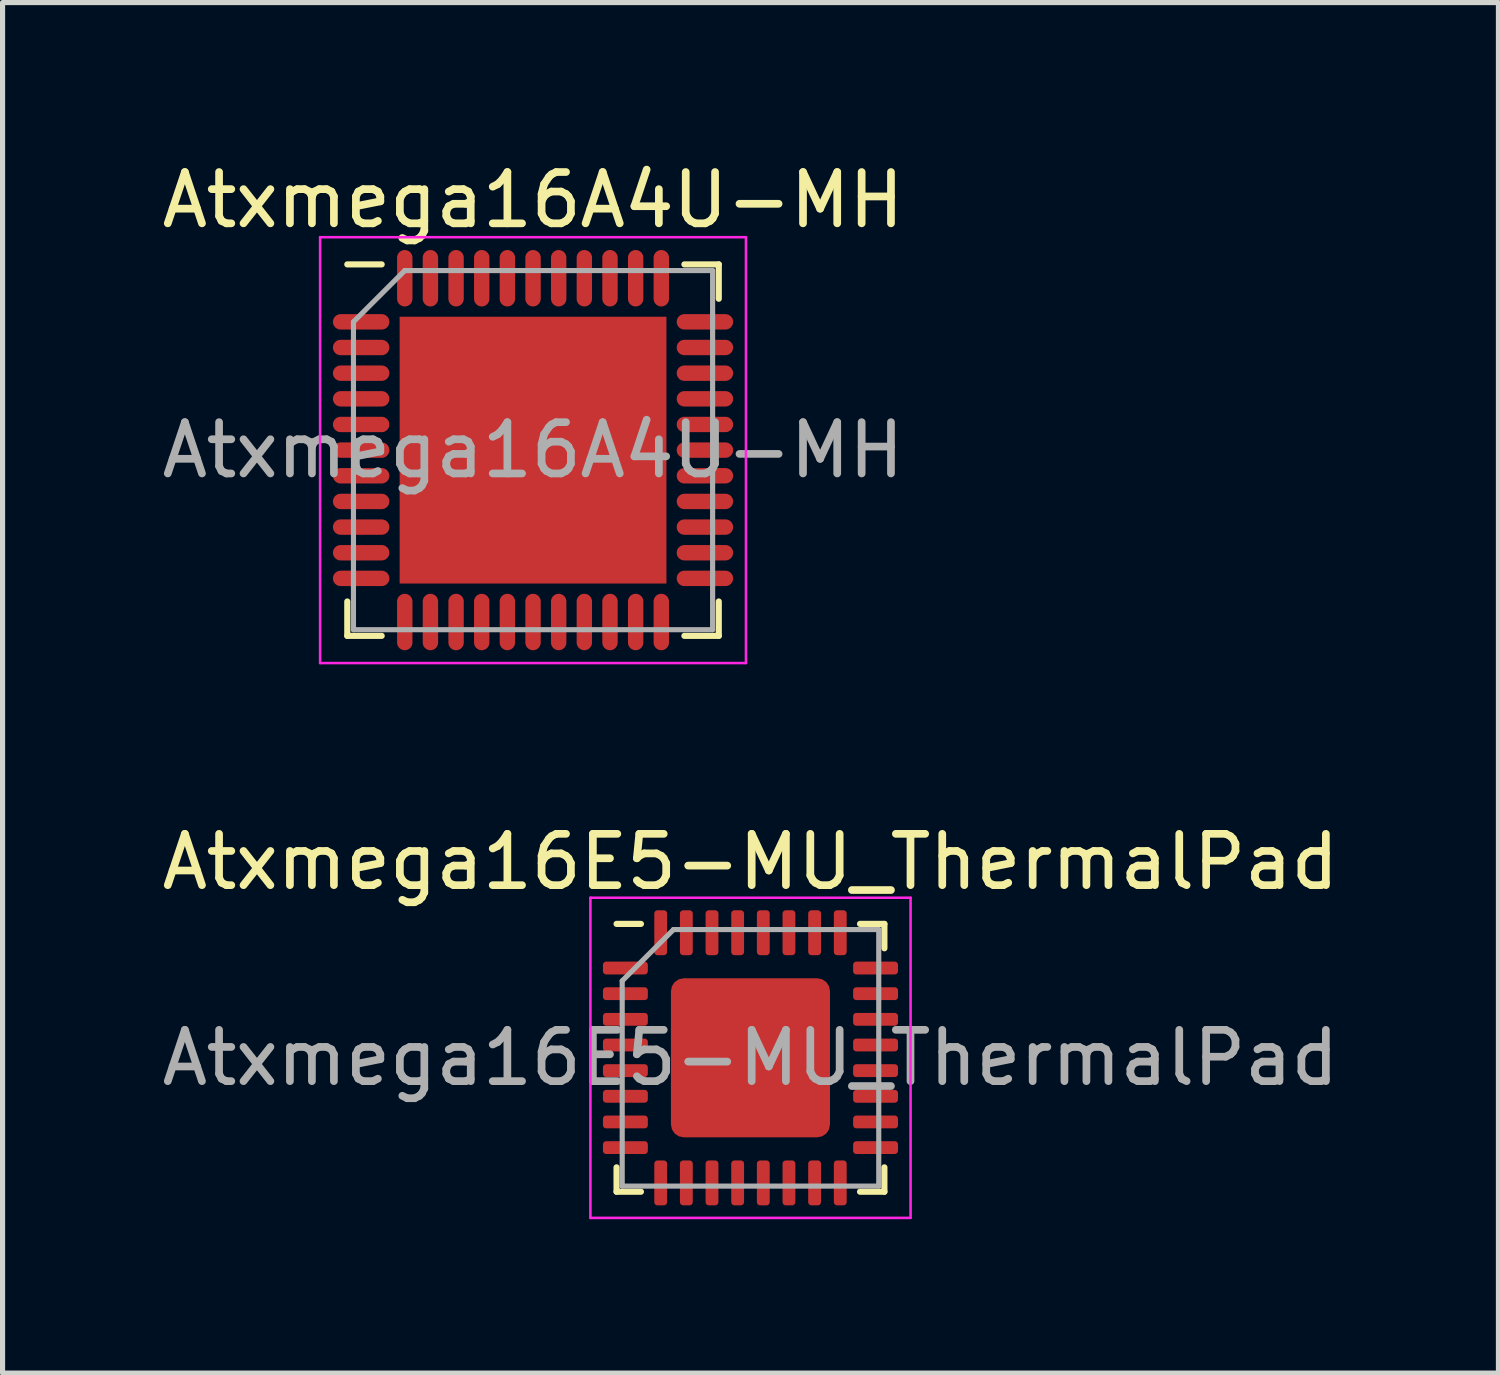
<source format=kicad_pcb>
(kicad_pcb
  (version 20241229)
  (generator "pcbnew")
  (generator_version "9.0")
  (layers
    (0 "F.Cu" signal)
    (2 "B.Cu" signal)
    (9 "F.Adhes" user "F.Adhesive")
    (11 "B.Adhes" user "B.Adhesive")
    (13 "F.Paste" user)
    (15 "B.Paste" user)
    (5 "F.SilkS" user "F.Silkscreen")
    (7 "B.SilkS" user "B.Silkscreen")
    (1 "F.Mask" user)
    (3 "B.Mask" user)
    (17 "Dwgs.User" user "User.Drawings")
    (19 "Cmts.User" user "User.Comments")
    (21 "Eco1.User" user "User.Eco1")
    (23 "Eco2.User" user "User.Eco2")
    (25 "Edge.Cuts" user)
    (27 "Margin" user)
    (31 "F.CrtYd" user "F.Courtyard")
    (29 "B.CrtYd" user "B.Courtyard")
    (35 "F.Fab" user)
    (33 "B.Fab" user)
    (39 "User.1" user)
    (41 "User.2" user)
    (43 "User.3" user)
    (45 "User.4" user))
  (footprint "Atxmega16E5-MU_ThermalPad"
    (layer "F.Cu")
    (at 11.577 17.567)
    (property "Reference" "Atxmega16E5-MU_ThermalPad" (at 0 -3.82 0) (layer "F.SilkS") (effects (font (size 1 1) (thickness 0.15))))
    (attr smd)
    (fp_line (start -2.61 2.61) (end -2.61 2.135) (stroke (width 0.12) (type solid)) (layer "F.SilkS"))
    (fp_line (start -2.135 -2.61) (end -2.61 -2.61) (stroke (width 0.12) (type solid)) (layer "F.SilkS"))
    (fp_line (start -2.135 2.61) (end -2.61 2.61) (stroke (width 0.12) (type solid)) (layer "F.SilkS"))
    (fp_line (start 2.135 -2.61) (end 2.61 -2.61) (stroke (width 0.12) (type solid)) (layer "F.SilkS"))
    (fp_line (start 2.135 2.61) (end 2.61 2.61) (stroke (width 0.12) (type solid)) (layer "F.SilkS"))
    (fp_line (start 2.61 -2.61) (end 2.61 -2.135) (stroke (width 0.12) (type solid)) (layer "F.SilkS"))
    (fp_line (start 2.61 2.61) (end 2.61 2.135) (stroke (width 0.12) (type solid)) (layer "F.SilkS"))
    (fp_line (start -3.12 -3.12) (end -3.12 3.12) (stroke (width 0.05) (type solid)) (layer "F.CrtYd"))
    (fp_line (start -3.12 3.12) (end 3.12 3.12) (stroke (width 0.05) (type solid)) (layer "F.CrtYd"))
    (fp_line (start 3.12 -3.12) (end -3.12 -3.12) (stroke (width 0.05) (type solid)) (layer "F.CrtYd"))
    (fp_line (start 3.12 3.12) (end 3.12 -3.12) (stroke (width 0.05) (type solid)) (layer "F.CrtYd"))
    (fp_line (start -2.5 -1.5) (end -1.5 -2.5) (stroke (width 0.1) (type solid)) (layer "F.Fab"))
    (fp_line (start -2.5 2.5) (end -2.5 -1.5) (stroke (width 0.1) (type solid)) (layer "F.Fab"))
    (fp_line (start -1.5 -2.5) (end 2.5 -2.5) (stroke (width 0.1) (type solid)) (layer "F.Fab"))
    (fp_line (start 2.5 -2.5) (end 2.5 2.5) (stroke (width 0.1) (type solid)) (layer "F.Fab"))
    (fp_line (start 2.5 2.5) (end -2.5 2.5) (stroke (width 0.1) (type solid)) (layer "F.Fab"))
    (fp_text user "${REFERENCE}" (at 0 0 0) (layer "F.Fab") (effects (font (size 1 1) (thickness 0.15))))
    (pad "" smd roundrect (at -1.03 -1.03) (size 0.83 0.83) (layers "F.Paste") (roundrect_rratio 0.25))
    (pad "" smd roundrect (at -1.03 0) (size 0.83 0.83) (layers "F.Paste") (roundrect_rratio 0.25))
    (pad "" smd roundrect (at -1.03 1.03) (size 0.83 0.83) (layers "F.Paste") (roundrect_rratio 0.25))
    (pad "" smd roundrect (at 0 -1.03) (size 0.83 0.83) (layers "F.Paste") (roundrect_rratio 0.25))
    (pad "" smd roundrect (at 0 0) (size 0.83 0.83) (layers "F.Paste") (roundrect_rratio 0.25))
    (pad "" smd roundrect (at 0 1.03) (size 0.83 0.83) (layers "F.Paste") (roundrect_rratio 0.25))
    (pad "" smd roundrect (at 1.03 -1.03) (size 0.83 0.83) (layers "F.Paste") (roundrect_rratio 0.25))
    (pad "" smd roundrect (at 1.03 0) (size 0.83 0.83) (layers "F.Paste") (roundrect_rratio 0.25))
    (pad "" smd roundrect (at 1.03 1.03) (size 0.83 0.83) (layers "F.Paste") (roundrect_rratio 0.25))
    (pad "1" smd roundrect (at -2.438 -1.75) (size 0.875 0.25) (layers "F.Cu" "F.Mask" "F.Paste") (roundrect_rratio 0.25))
    (pad "2" smd roundrect (at -2.438 -1.25) (size 0.875 0.25) (layers "F.Cu" "F.Mask" "F.Paste") (roundrect_rratio 0.25))
    (pad "3" smd roundrect (at -2.438 -0.75) (size 0.875 0.25) (layers "F.Cu" "F.Mask" "F.Paste") (roundrect_rratio 0.25))
    (pad "4" smd roundrect (at -2.438 -0.25) (size 0.875 0.25) (layers "F.Cu" "F.Mask" "F.Paste") (roundrect_rratio 0.25))
    (pad "5" smd roundrect (at -2.438 0.25) (size 0.875 0.25) (layers "F.Cu" "F.Mask" "F.Paste") (roundrect_rratio 0.25))
    (pad "6" smd roundrect (at -2.438 0.75) (size 0.875 0.25) (layers "F.Cu" "F.Mask" "F.Paste") (roundrect_rratio 0.25))
    (pad "7" smd roundrect (at -2.438 1.25) (size 0.875 0.25) (layers "F.Cu" "F.Mask" "F.Paste") (roundrect_rratio 0.25))
    (pad "8" smd roundrect (at -2.438 1.75) (size 0.875 0.25) (layers "F.Cu" "F.Mask" "F.Paste") (roundrect_rratio 0.25))
    (pad "9" smd roundrect (at -1.75 2.438) (size 0.25 0.875) (layers "F.Cu" "F.Mask" "F.Paste") (roundrect_rratio 0.25))
    (pad "10" smd roundrect (at -1.25 2.438) (size 0.25 0.875) (layers "F.Cu" "F.Mask" "F.Paste") (roundrect_rratio 0.25))
    (pad "11" smd roundrect (at -0.75 2.438) (size 0.25 0.875) (layers "F.Cu" "F.Mask" "F.Paste") (roundrect_rratio 0.25))
    (pad "12" smd roundrect (at -0.25 2.438) (size 0.25 0.875) (layers "F.Cu" "F.Mask" "F.Paste") (roundrect_rratio 0.25))
    (pad "13" smd roundrect (at 0.25 2.438) (size 0.25 0.875) (layers "F.Cu" "F.Mask" "F.Paste") (roundrect_rratio 0.25))
    (pad "14" smd roundrect (at 0.75 2.438) (size 0.25 0.875) (layers "F.Cu" "F.Mask" "F.Paste") (roundrect_rratio 0.25))
    (pad "15" smd roundrect (at 1.25 2.438) (size 0.25 0.875) (layers "F.Cu" "F.Mask" "F.Paste") (roundrect_rratio 0.25))
    (pad "16" smd roundrect (at 1.75 2.438) (size 0.25 0.875) (layers "F.Cu" "F.Mask" "F.Paste") (roundrect_rratio 0.25))
    (pad "17" smd roundrect (at 2.438 1.75) (size 0.875 0.25) (layers "F.Cu" "F.Mask" "F.Paste") (roundrect_rratio 0.25))
    (pad "18" smd roundrect (at 2.438 1.25) (size 0.875 0.25) (layers "F.Cu" "F.Mask" "F.Paste") (roundrect_rratio 0.25))
    (pad "19" smd roundrect (at 2.438 0.75) (size 0.875 0.25) (layers "F.Cu" "F.Mask" "F.Paste") (roundrect_rratio 0.25))
    (pad "20" smd roundrect (at 2.438 0.25) (size 0.875 0.25) (layers "F.Cu" "F.Mask" "F.Paste") (roundrect_rratio 0.25))
    (pad "21" smd roundrect (at 2.438 -0.25) (size 0.875 0.25) (layers "F.Cu" "F.Mask" "F.Paste") (roundrect_rratio 0.25))
    (pad "22" smd roundrect (at 2.438 -0.75) (size 0.875 0.25) (layers "F.Cu" "F.Mask" "F.Paste") (roundrect_rratio 0.25))
    (pad "23" smd roundrect (at 2.438 -1.25) (size 0.875 0.25) (layers "F.Cu" "F.Mask" "F.Paste") (roundrect_rratio 0.25))
    (pad "24" smd roundrect (at 2.438 -1.75) (size 0.875 0.25) (layers "F.Cu" "F.Mask" "F.Paste") (roundrect_rratio 0.25))
    (pad "25" smd roundrect (at 1.75 -2.438) (size 0.25 0.875) (layers "F.Cu" "F.Mask" "F.Paste") (roundrect_rratio 0.25))
    (pad "26" smd roundrect (at 1.25 -2.438) (size 0.25 0.875) (layers "F.Cu" "F.Mask" "F.Paste") (roundrect_rratio 0.25))
    (pad "27" smd roundrect (at 0.75 -2.438) (size 0.25 0.875) (layers "F.Cu" "F.Mask" "F.Paste") (roundrect_rratio 0.25))
    (pad "28" smd roundrect (at 0.25 -2.438) (size 0.25 0.875) (layers "F.Cu" "F.Mask" "F.Paste") (roundrect_rratio 0.25))
    (pad "29" smd roundrect (at -0.25 -2.438) (size 0.25 0.875) (layers "F.Cu" "F.Mask" "F.Paste") (roundrect_rratio 0.25))
    (pad "30" smd roundrect (at -0.75 -2.438) (size 0.25 0.875) (layers "F.Cu" "F.Mask" "F.Paste") (roundrect_rratio 0.25))
    (pad "31" smd roundrect (at -1.25 -2.438) (size 0.25 0.875) (layers "F.Cu" "F.Mask" "F.Paste") (roundrect_rratio 0.25))
    (pad "32" smd roundrect (at -1.75 -2.438) (size 0.25 0.875) (layers "F.Cu" "F.Mask" "F.Paste") (roundrect_rratio 0.25))
    (pad "33" smd roundrect (at 0 0) (size 3.1 3.1) (layers "F.Cu" "F.Mask") (roundrect_rratio 0.081)))
  (footprint "Atxmega16A4U-MH"
    (layer "F.Cu")
    (at 7.339 5.723)
    (property "Reference" "Atxmega16A4U-MH" (at 0 -4.875 0) (layer "F.SilkS") (effects (font (size 1 1) (thickness 0.15))))
    (attr smd)
    (fp_line (start -3.62 -3.62) (end -2.95 -3.62) (stroke (width 0.12) (type solid)) (layer "F.SilkS"))
    (fp_line (start -3.62 3.62) (end -3.62 2.95) (stroke (width 0.12) (type solid)) (layer "F.SilkS"))
    (fp_line (start -3.62 3.62) (end -2.95 3.62) (stroke (width 0.12) (type solid)) (layer "F.SilkS"))
    (fp_line (start 3.62 -3.62) (end 2.95 -3.62) (stroke (width 0.12) (type solid)) (layer "F.SilkS"))
    (fp_line (start 3.62 -3.62) (end 3.62 -2.95) (stroke (width 0.12) (type solid)) (layer "F.SilkS"))
    (fp_line (start 3.62 3.62) (end 2.95 3.62) (stroke (width 0.12) (type solid)) (layer "F.SilkS"))
    (fp_line (start 3.62 3.62) (end 3.62 2.95) (stroke (width 0.12) (type solid)) (layer "F.SilkS"))
    (fp_line (start -4.15 -4.15) (end -4.15 4.15) (stroke (width 0.05) (type solid)) (layer "F.CrtYd"))
    (fp_line (start -4.15 -4.15) (end 4.15 -4.15) (stroke (width 0.05) (type solid)) (layer "F.CrtYd"))
    (fp_line (start -4.15 4.15) (end 4.15 4.15) (stroke (width 0.05) (type solid)) (layer "F.CrtYd"))
    (fp_line (start 4.15 -4.15) (end 4.15 4.15) (stroke (width 0.05) (type solid)) (layer "F.CrtYd"))
    (fp_line (start -3.5 -2.5) (end -2.5 -3.5) (stroke (width 0.1) (type solid)) (layer "F.Fab"))
    (fp_line (start -3.5 3.5) (end -3.5 -2.5) (stroke (width 0.1) (type solid)) (layer "F.Fab"))
    (fp_line (start -2.5 -3.5) (end 3.5 -3.5) (stroke (width 0.1) (type solid)) (layer "F.Fab"))
    (fp_line (start 3.5 -3.5) (end 3.5 3.5) (stroke (width 0.1) (type solid)) (layer "F.Fab"))
    (fp_line (start 3.5 3.5) (end -3.5 3.5) (stroke (width 0.1) (type solid)) (layer "F.Fab"))
    (fp_text user "${REFERENCE}" (at 0 0 0) (layer "F.Fab") (effects (font (size 1 1) (thickness 0.15))))
    (pad "" smd rect (at -2.06 -2.06) (size 0.83 0.83) (layers "F.Paste"))
    (pad "" smd rect (at -2.06 -1.03) (size 0.83 0.83) (layers "F.Paste"))
    (pad "" smd rect (at -2.06 0) (size 0.83 0.83) (layers "F.Paste"))
    (pad "" smd rect (at -2.06 1.03) (size 0.83 0.83) (layers "F.Paste"))
    (pad "" smd rect (at -2.06 2.06) (size 0.83 0.83) (layers "F.Paste"))
    (pad "" smd rect (at -1.03 -2.06) (size 0.83 0.83) (layers "F.Paste"))
    (pad "" smd rect (at -1.03 -1.03) (size 0.83 0.83) (layers "F.Paste"))
    (pad "" smd rect (at -1.03 0) (size 0.83 0.83) (layers "F.Paste"))
    (pad "" smd rect (at -1.03 1.03) (size 0.83 0.83) (layers "F.Paste"))
    (pad "" smd rect (at -1.03 2.06) (size 0.83 0.83) (layers "F.Paste"))
    (pad "" smd rect (at 0 -2.06) (size 0.83 0.83) (layers "F.Paste"))
    (pad "" smd rect (at 0 -1.03) (size 0.83 0.83) (layers "F.Paste"))
    (pad "" smd rect (at 0 0) (size 0.83 0.83) (layers "F.Paste"))
    (pad "" smd rect (at 0 1.03) (size 0.83 0.83) (layers "F.Paste"))
    (pad "" smd rect (at 0 2.06) (size 0.83 0.83) (layers "F.Paste"))
    (pad "" smd rect (at 1.03 -2.06) (size 0.83 0.83) (layers "F.Paste"))
    (pad "" smd rect (at 1.03 -1.03) (size 0.83 0.83) (layers "F.Paste"))
    (pad "" smd rect (at 1.03 0) (size 0.83 0.83) (layers "F.Paste"))
    (pad "" smd rect (at 1.03 1.03) (size 0.83 0.83) (layers "F.Paste"))
    (pad "" smd rect (at 1.03 2.06) (size 0.83 0.83) (layers "F.Paste"))
    (pad "" smd rect (at 2.06 -2.06) (size 0.83 0.83) (layers "F.Paste"))
    (pad "" smd rect (at 2.06 -1.03) (size 0.83 0.83) (layers "F.Paste"))
    (pad "" smd rect (at 2.06 0) (size 0.83 0.83) (layers "F.Paste"))
    (pad "" smd rect (at 2.06 1.03) (size 0.83 0.83) (layers "F.Paste"))
    (pad "" smd rect (at 2.06 2.06) (size 0.83 0.83) (layers "F.Paste"))
    (pad "1" smd oval (at -3.35 -2.5) (size 1.1 0.3) (layers "F.Cu" "F.Mask" "F.Paste"))
    (pad "2" smd oval (at -3.35 -2) (size 1.1 0.3) (layers "F.Cu" "F.Mask" "F.Paste"))
    (pad "3" smd oval (at -3.35 -1.5) (size 1.1 0.3) (layers "F.Cu" "F.Mask" "F.Paste"))
    (pad "4" smd oval (at -3.35 -1) (size 1.1 0.3) (layers "F.Cu" "F.Mask" "F.Paste"))
    (pad "5" smd oval (at -3.35 -0.5) (size 1.1 0.3) (layers "F.Cu" "F.Mask" "F.Paste"))
    (pad "6" smd oval (at -3.35 0) (size 1.1 0.3) (layers "F.Cu" "F.Mask" "F.Paste"))
    (pad "7" smd oval (at -3.35 0.5) (size 1.1 0.3) (layers "F.Cu" "F.Mask" "F.Paste"))
    (pad "8" smd oval (at -3.35 1) (size 1.1 0.3) (layers "F.Cu" "F.Mask" "F.Paste"))
    (pad "9" smd oval (at -3.35 1.5) (size 1.1 0.3) (layers "F.Cu" "F.Mask" "F.Paste"))
    (pad "10" smd oval (at -3.35 2) (size 1.1 0.3) (layers "F.Cu" "F.Mask" "F.Paste"))
    (pad "11" smd oval (at -3.35 2.5) (size 1.1 0.3) (layers "F.Cu" "F.Mask" "F.Paste"))
    (pad "12" smd oval (at -2.5 3.35 90) (size 1.1 0.3) (layers "F.Cu" "F.Mask" "F.Paste"))
    (pad "13" smd oval (at -2 3.35 90) (size 1.1 0.3) (layers "F.Cu" "F.Mask" "F.Paste"))
    (pad "14" smd oval (at -1.5 3.35 90) (size 1.1 0.3) (layers "F.Cu" "F.Mask" "F.Paste"))
    (pad "15" smd oval (at -1 3.35 90) (size 1.1 0.3) (layers "F.Cu" "F.Mask" "F.Paste"))
    (pad "16" smd oval (at -0.5 3.35 90) (size 1.1 0.3) (layers "F.Cu" "F.Mask" "F.Paste"))
    (pad "17" smd oval (at 0 3.35 90) (size 1.1 0.3) (layers "F.Cu" "F.Mask" "F.Paste"))
    (pad "18" smd oval (at 0.5 3.35 90) (size 1.1 0.3) (layers "F.Cu" "F.Mask" "F.Paste"))
    (pad "19" smd oval (at 1 3.35 90) (size 1.1 0.3) (layers "F.Cu" "F.Mask" "F.Paste"))
    (pad "20" smd oval (at 1.5 3.35 90) (size 1.1 0.3) (layers "F.Cu" "F.Mask" "F.Paste"))
    (pad "21" smd oval (at 2 3.35 90) (size 1.1 0.3) (layers "F.Cu" "F.Mask" "F.Paste"))
    (pad "22" smd oval (at 2.5 3.35 90) (size 1.1 0.3) (layers "F.Cu" "F.Mask" "F.Paste"))
    (pad "23" smd oval (at 3.35 2.5) (size 1.1 0.3) (layers "F.Cu" "F.Mask" "F.Paste"))
    (pad "24" smd oval (at 3.35 2) (size 1.1 0.3) (layers "F.Cu" "F.Mask" "F.Paste"))
    (pad "25" smd oval (at 3.35 1.5) (size 1.1 0.3) (layers "F.Cu" "F.Mask" "F.Paste"))
    (pad "26" smd oval (at 3.35 1) (size 1.1 0.3) (layers "F.Cu" "F.Mask" "F.Paste"))
    (pad "27" smd oval (at 3.35 0.5) (size 1.1 0.3) (layers "F.Cu" "F.Mask" "F.Paste"))
    (pad "28" smd oval (at 3.35 0) (size 1.1 0.3) (layers "F.Cu" "F.Mask" "F.Paste"))
    (pad "29" smd oval (at 3.35 -0.5) (size 1.1 0.3) (layers "F.Cu" "F.Mask" "F.Paste"))
    (pad "30" smd oval (at 3.35 -1) (size 1.1 0.3) (layers "F.Cu" "F.Mask" "F.Paste"))
    (pad "31" smd oval (at 3.35 -1.5) (size 1.1 0.3) (layers "F.Cu" "F.Mask" "F.Paste"))
    (pad "32" smd oval (at 3.35 -2) (size 1.1 0.3) (layers "F.Cu" "F.Mask" "F.Paste"))
    (pad "33" smd oval (at 3.35 -2.5) (size 1.1 0.3) (layers "F.Cu" "F.Mask" "F.Paste"))
    (pad "34" smd oval (at 2.5 -3.35 90) (size 1.1 0.3) (layers "F.Cu" "F.Mask" "F.Paste"))
    (pad "35" smd oval (at 2 -3.35 90) (size 1.1 0.3) (layers "F.Cu" "F.Mask" "F.Paste"))
    (pad "36" smd oval (at 1.5 -3.35 90) (size 1.1 0.3) (layers "F.Cu" "F.Mask" "F.Paste"))
    (pad "37" smd oval (at 1 -3.35 90) (size 1.1 0.3) (layers "F.Cu" "F.Mask" "F.Paste"))
    (pad "38" smd oval (at 0.5 -3.35 90) (size 1.1 0.3) (layers "F.Cu" "F.Mask" "F.Paste"))
    (pad "39" smd oval (at 0 -3.35 90) (size 1.1 0.3) (layers "F.Cu" "F.Mask" "F.Paste"))
    (pad "40" smd oval (at -0.5 -3.35 90) (size 1.1 0.3) (layers "F.Cu" "F.Mask" "F.Paste"))
    (pad "41" smd oval (at -1 -3.35 90) (size 1.1 0.3) (layers "F.Cu" "F.Mask" "F.Paste"))
    (pad "42" smd oval (at -1.5 -3.35 90) (size 1.1 0.3) (layers "F.Cu" "F.Mask" "F.Paste"))
    (pad "43" smd oval (at -2 -3.35 90) (size 1.1 0.3) (layers "F.Cu" "F.Mask" "F.Paste"))
    (pad "44" smd oval (at -2.5 -3.35 90) (size 1.1 0.3) (layers "F.Cu" "F.Mask" "F.Paste"))
    (pad "45" smd rect (at 0 0) (size 5.2 5.2) (layers "F.Cu" "F.Mask")))
  (gr_rect
    (start -3 -3)
    (end 26.155 23.712)
    (stroke (width 0.1) (type default))
    (fill no)
    (layer "Edge.Cuts")))
</source>
